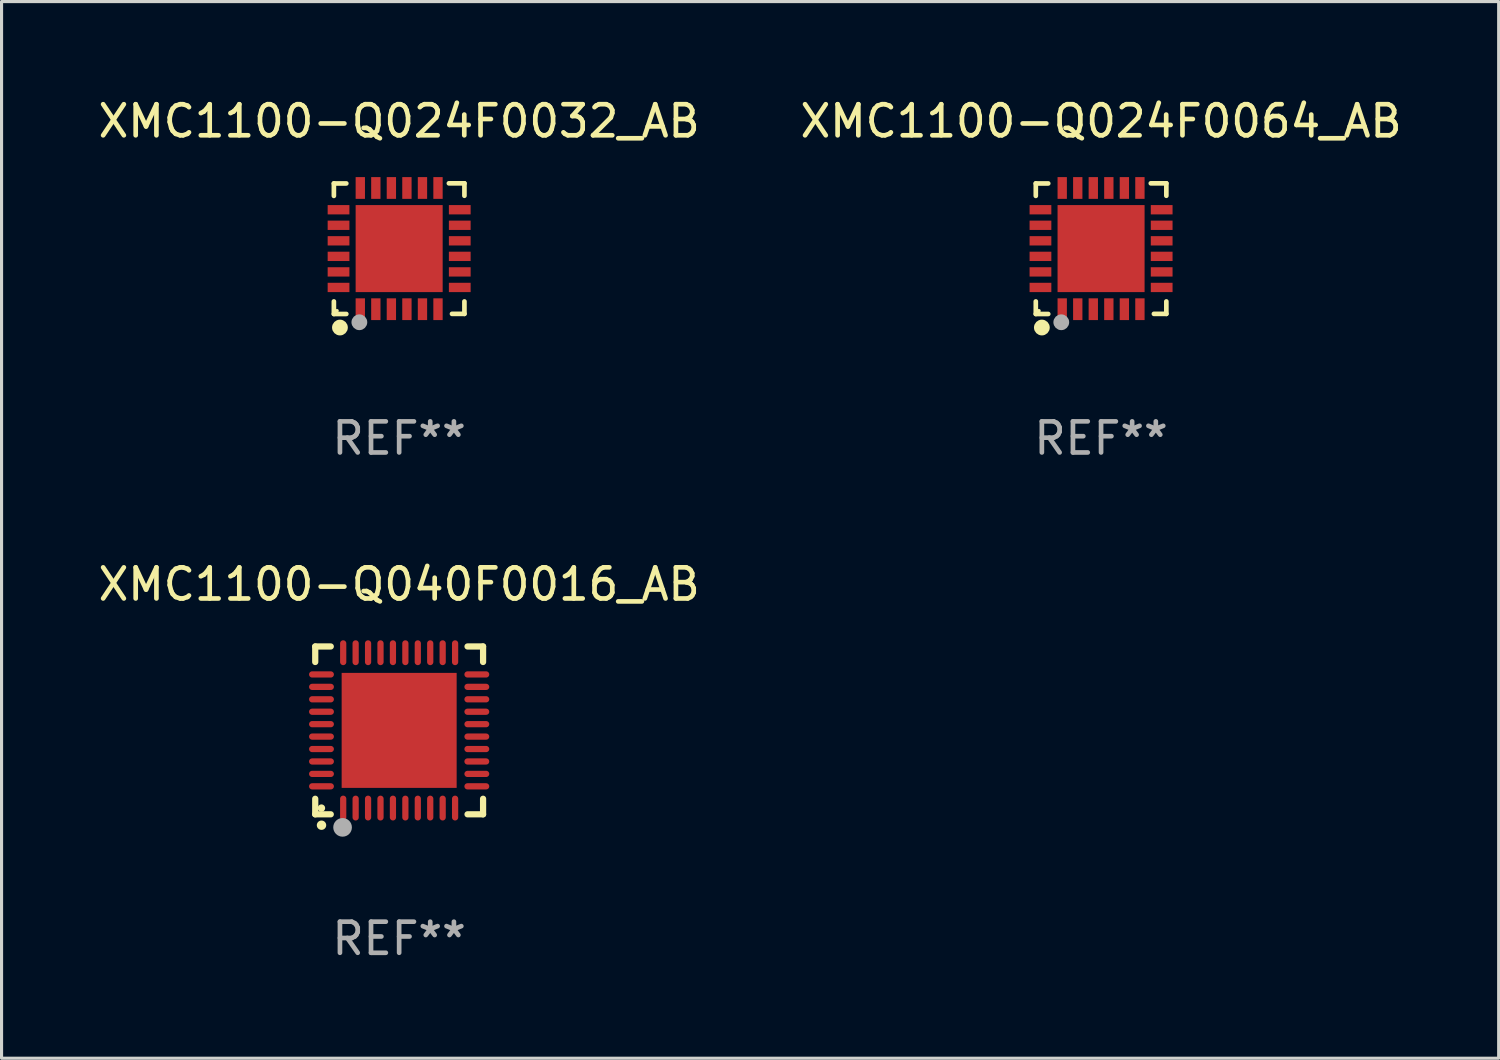
<source format=kicad_pcb>
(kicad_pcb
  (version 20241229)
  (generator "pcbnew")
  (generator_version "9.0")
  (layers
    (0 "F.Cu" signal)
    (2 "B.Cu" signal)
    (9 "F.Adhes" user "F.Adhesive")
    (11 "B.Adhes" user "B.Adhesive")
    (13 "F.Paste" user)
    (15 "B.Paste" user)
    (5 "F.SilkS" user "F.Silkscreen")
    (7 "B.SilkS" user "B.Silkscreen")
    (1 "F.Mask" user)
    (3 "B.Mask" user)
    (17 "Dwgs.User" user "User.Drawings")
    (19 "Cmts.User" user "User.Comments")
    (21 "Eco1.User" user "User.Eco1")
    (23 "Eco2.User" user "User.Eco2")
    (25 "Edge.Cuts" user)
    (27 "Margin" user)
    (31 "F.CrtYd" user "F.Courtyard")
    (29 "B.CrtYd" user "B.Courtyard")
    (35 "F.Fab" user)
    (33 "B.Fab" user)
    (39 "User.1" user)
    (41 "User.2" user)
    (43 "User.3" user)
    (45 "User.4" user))
  (footprint "XMC1100-Q024F0032_AB"
    (layer "F.Cu")
    (at 9.792 4.95)
    (property "Reference" "XMC1100-Q024F0032_AB" (at 0 -4.102 0) (layer "F.SilkS") (effects (font (size 1 1) (thickness 0.15))))
    (attr through_hole)
    (fp_line (start -2.1 -2.098) (end -1.7 -2.098) (stroke (width 0.15) (type solid)) (layer "F.SilkS"))
    (fp_line (start -2.1 -1.698) (end -2.1 -2.098) (stroke (width 0.15) (type solid)) (layer "F.SilkS"))
    (fp_line (start -2.1 2.102) (end -2.1 1.698) (stroke (width 0.15) (type solid)) (layer "F.SilkS"))
    (fp_line (start -1.7 2.102) (end -2.1 2.102) (stroke (width 0.15) (type solid)) (layer "F.SilkS"))
    (fp_line (start 1.6 -2.102) (end 2.1 -2.102) (stroke (width 0.15) (type solid)) (layer "F.SilkS"))
    (fp_line (start 1.7 2.098) (end 2.1 2.098) (stroke (width 0.15) (type solid)) (layer "F.SilkS"))
    (fp_line (start 2.1 -2.102) (end 2.1 -1.702) (stroke (width 0.15) (type solid)) (layer "F.SilkS"))
    (fp_line (start 2.1 2.098) (end 2.1 1.698) (stroke (width 0.15) (type solid)) (layer "F.SilkS"))
    (fp_circle (center -2 1.998) (end -1.97 1.998) (stroke (width 0.06) (type solid)) (fill no) (layer "F.SilkS"))
    (fp_circle (center -1.905 2.538) (end -1.778 2.538) (stroke (width 0.254) (type solid)) (fill no) (layer "F.SilkS"))
    (fp_circle (center -1.28 2.368) (end -1.153 2.368) (stroke (width 0.254) (type solid)) (fill no) (layer "F.Fab"))
    (fp_text user "REF**" (at 0 6.102 0) (layer "F.Fab") (effects (font (size 1 1) (thickness 0.15))))
    (pad "1" smd rect (at -1.25 1.948 180) (size 0.3 0.7) (layers "F.Cu" "F.Mask" "F.Paste"))
    (pad "2" smd rect (at -0.75 1.948 180) (size 0.3 0.7) (layers "F.Cu" "F.Mask" "F.Paste"))
    (pad "3" smd rect (at -0.25 1.948 180) (size 0.3 0.7) (layers "F.Cu" "F.Mask" "F.Paste"))
    (pad "4" smd rect (at 0.25 1.948 180) (size 0.3 0.7) (layers "F.Cu" "F.Mask" "F.Paste"))
    (pad "5" smd rect (at 0.75 1.948 180) (size 0.3 0.7) (layers "F.Cu" "F.Mask" "F.Paste"))
    (pad "6" smd rect (at 1.25 1.948 180) (size 0.3 0.7) (layers "F.Cu" "F.Mask" "F.Paste"))
    (pad "7" smd rect (at 1.95 1.248 270) (size 0.3 0.7) (layers "F.Cu" "F.Mask" "F.Paste"))
    (pad "8" smd rect (at 1.95 0.748 270) (size 0.3 0.7) (layers "F.Cu" "F.Mask" "F.Paste"))
    (pad "9" smd rect (at 1.95 0.248 270) (size 0.3 0.7) (layers "F.Cu" "F.Mask" "F.Paste"))
    (pad "10" smd rect (at 1.95 -0.252 270) (size 0.3 0.7) (layers "F.Cu" "F.Mask" "F.Paste"))
    (pad "11" smd rect (at 1.95 -0.752 270) (size 0.3 0.7) (layers "F.Cu" "F.Mask" "F.Paste"))
    (pad "12" smd rect (at 1.95 -1.252 270) (size 0.3 0.7) (layers "F.Cu" "F.Mask" "F.Paste"))
    (pad "13" smd rect (at 1.25 -1.952) (size 0.3 0.7) (layers "F.Cu" "F.Mask" "F.Paste"))
    (pad "14" smd rect (at 0.75 -1.952) (size 0.3 0.7) (layers "F.Cu" "F.Mask" "F.Paste"))
    (pad "15" smd rect (at 0.25 -1.952) (size 0.3 0.7) (layers "F.Cu" "F.Mask" "F.Paste"))
    (pad "16" smd rect (at -0.25 -1.952) (size 0.3 0.7) (layers "F.Cu" "F.Mask" "F.Paste"))
    (pad "17" smd rect (at -0.75 -1.952) (size 0.3 0.7) (layers "F.Cu" "F.Mask" "F.Paste"))
    (pad "18" smd rect (at -1.25 -1.952) (size 0.3 0.7) (layers "F.Cu" "F.Mask" "F.Paste"))
    (pad "19" smd rect (at -1.95 -1.252 90) (size 0.3 0.7) (layers "F.Cu" "F.Mask" "F.Paste"))
    (pad "20" smd rect (at -1.95 -0.752 90) (size 0.3 0.7) (layers "F.Cu" "F.Mask" "F.Paste"))
    (pad "21" smd rect (at -1.95 -0.252 90) (size 0.3 0.7) (layers "F.Cu" "F.Mask" "F.Paste"))
    (pad "22" smd rect (at -1.95 0.248 90) (size 0.3 0.7) (layers "F.Cu" "F.Mask" "F.Paste"))
    (pad "23" smd rect (at -1.95 0.748 90) (size 0.3 0.7) (layers "F.Cu" "F.Mask" "F.Paste"))
    (pad "24" smd rect (at -1.95 1.248 90) (size 0.3 0.7) (layers "F.Cu" "F.Mask" "F.Paste"))
    (pad "25" smd rect (at 0.000038 -0.002) (size 2.8 2.8) (layers "F.Cu" "F.Mask" "F.Paste")))
  (footprint "XMC1100-Q024F0064_AB"
    (layer "F.Cu")
    (at 32.375 4.95)
    (property "Reference" "XMC1100-Q024F0064_AB" (at 0 -4.102 0) (layer "F.SilkS") (effects (font (size 1 1) (thickness 0.15))))
    (attr through_hole)
    (fp_line (start -2.1 -2.098) (end -1.7 -2.098) (stroke (width 0.15) (type solid)) (layer "F.SilkS"))
    (fp_line (start -2.1 -1.698) (end -2.1 -2.098) (stroke (width 0.15) (type solid)) (layer "F.SilkS"))
    (fp_line (start -2.1 2.102) (end -2.1 1.698) (stroke (width 0.15) (type solid)) (layer "F.SilkS"))
    (fp_line (start -1.7 2.102) (end -2.1 2.102) (stroke (width 0.15) (type solid)) (layer "F.SilkS"))
    (fp_line (start 1.6 -2.102) (end 2.1 -2.102) (stroke (width 0.15) (type solid)) (layer "F.SilkS"))
    (fp_line (start 1.7 2.098) (end 2.1 2.098) (stroke (width 0.15) (type solid)) (layer "F.SilkS"))
    (fp_line (start 2.1 -2.102) (end 2.1 -1.702) (stroke (width 0.15) (type solid)) (layer "F.SilkS"))
    (fp_line (start 2.1 2.098) (end 2.1 1.698) (stroke (width 0.15) (type solid)) (layer "F.SilkS"))
    (fp_circle (center -2 1.998) (end -1.97 1.998) (stroke (width 0.06) (type solid)) (fill no) (layer "F.SilkS"))
    (fp_circle (center -1.905 2.538) (end -1.778 2.538) (stroke (width 0.254) (type solid)) (fill no) (layer "F.SilkS"))
    (fp_circle (center -1.28 2.368) (end -1.153 2.368) (stroke (width 0.254) (type solid)) (fill no) (layer "F.Fab"))
    (fp_text user "REF**" (at 0 6.102 0) (layer "F.Fab") (effects (font (size 1 1) (thickness 0.15))))
    (pad "1" smd rect (at -1.25 1.948 180) (size 0.3 0.7) (layers "F.Cu" "F.Mask" "F.Paste"))
    (pad "2" smd rect (at -0.75 1.948 180) (size 0.3 0.7) (layers "F.Cu" "F.Mask" "F.Paste"))
    (pad "3" smd rect (at -0.25 1.948 180) (size 0.3 0.7) (layers "F.Cu" "F.Mask" "F.Paste"))
    (pad "4" smd rect (at 0.25 1.948 180) (size 0.3 0.7) (layers "F.Cu" "F.Mask" "F.Paste"))
    (pad "5" smd rect (at 0.75 1.948 180) (size 0.3 0.7) (layers "F.Cu" "F.Mask" "F.Paste"))
    (pad "6" smd rect (at 1.25 1.948 180) (size 0.3 0.7) (layers "F.Cu" "F.Mask" "F.Paste"))
    (pad "7" smd rect (at 1.95 1.248 270) (size 0.3 0.7) (layers "F.Cu" "F.Mask" "F.Paste"))
    (pad "8" smd rect (at 1.95 0.748 270) (size 0.3 0.7) (layers "F.Cu" "F.Mask" "F.Paste"))
    (pad "9" smd rect (at 1.95 0.248 270) (size 0.3 0.7) (layers "F.Cu" "F.Mask" "F.Paste"))
    (pad "10" smd rect (at 1.95 -0.252 270) (size 0.3 0.7) (layers "F.Cu" "F.Mask" "F.Paste"))
    (pad "11" smd rect (at 1.95 -0.752 270) (size 0.3 0.7) (layers "F.Cu" "F.Mask" "F.Paste"))
    (pad "12" smd rect (at 1.95 -1.252 270) (size 0.3 0.7) (layers "F.Cu" "F.Mask" "F.Paste"))
    (pad "13" smd rect (at 1.25 -1.952) (size 0.3 0.7) (layers "F.Cu" "F.Mask" "F.Paste"))
    (pad "14" smd rect (at 0.75 -1.952) (size 0.3 0.7) (layers "F.Cu" "F.Mask" "F.Paste"))
    (pad "15" smd rect (at 0.25 -1.952) (size 0.3 0.7) (layers "F.Cu" "F.Mask" "F.Paste"))
    (pad "16" smd rect (at -0.25 -1.952) (size 0.3 0.7) (layers "F.Cu" "F.Mask" "F.Paste"))
    (pad "17" smd rect (at -0.75 -1.952) (size 0.3 0.7) (layers "F.Cu" "F.Mask" "F.Paste"))
    (pad "18" smd rect (at -1.25 -1.952) (size 0.3 0.7) (layers "F.Cu" "F.Mask" "F.Paste"))
    (pad "19" smd rect (at -1.95 -1.252 90) (size 0.3 0.7) (layers "F.Cu" "F.Mask" "F.Paste"))
    (pad "20" smd rect (at -1.95 -0.752 90) (size 0.3 0.7) (layers "F.Cu" "F.Mask" "F.Paste"))
    (pad "21" smd rect (at -1.95 -0.252 90) (size 0.3 0.7) (layers "F.Cu" "F.Mask" "F.Paste"))
    (pad "22" smd rect (at -1.95 0.248 90) (size 0.3 0.7) (layers "F.Cu" "F.Mask" "F.Paste"))
    (pad "23" smd rect (at -1.95 0.748 90) (size 0.3 0.7) (layers "F.Cu" "F.Mask" "F.Paste"))
    (pad "24" smd rect (at -1.95 1.248 90) (size 0.3 0.7) (layers "F.Cu" "F.Mask" "F.Paste"))
    (pad "25" smd rect (at 0.000038 -0.002) (size 2.8 2.8) (layers "F.Cu" "F.Mask" "F.Paste")))
  (footprint "XMC1100-Q040F0016_AB"
    (layer "F.Cu")
    (at 9.792 20.449)
    (property "Reference" "XMC1100-Q040F0016_AB" (at 0 -4.7 0) (layer "F.SilkS") (effects (font (size 1 1) (thickness 0.15))))
    (attr through_hole)
    (fp_line (start -2.7 -2.7) (end -2.7 -2.2) (stroke (width 0.2) (type solid)) (layer "F.SilkS"))
    (fp_line (start -2.7 2.7) (end -2.7 2.2) (stroke (width 0.2) (type solid)) (layer "F.SilkS"))
    (fp_line (start -2.2 -2.7) (end -2.7 -2.7) (stroke (width 0.2) (type solid)) (layer "F.SilkS"))
    (fp_line (start -2.2 2.7) (end -2.7 2.7) (stroke (width 0.2) (type solid)) (layer "F.SilkS"))
    (fp_line (start 2.7 -2.7) (end 2.2 -2.7) (stroke (width 0.2) (type solid)) (layer "F.SilkS"))
    (fp_line (start 2.7 -2.2) (end 2.7 -2.7) (stroke (width 0.2) (type solid)) (layer "F.SilkS"))
    (fp_line (start 2.7 2.2) (end 2.7 2.7) (stroke (width 0.2) (type solid)) (layer "F.SilkS"))
    (fp_line (start 2.7 2.7) (end 2.2 2.7) (stroke (width 0.2) (type solid)) (layer "F.SilkS"))
    (fp_arc (start -2.499365 3.050546) (mid -2.498095 3.050541) (end -2.496825 3.050546) (stroke (width 0.3) (type solid)) (layer "F.SilkS"))
    (fp_circle (center -2.5 2.5) (end -2.44 2.5) (stroke (width 0.12) (type solid)) (fill no) (layer "F.SilkS"))
    (fp_circle (center -1.82 3.12) (end -1.67 3.12) (stroke (width 0.3) (type solid)) (fill no) (layer "F.Fab"))
    (fp_text user "REF**" (at 0 6.7 0) (layer "F.Fab") (effects (font (size 1 1) (thickness 0.15))))
    (pad "1" smd oval (at -1.8 2.499) (size 0.2 0.8) (layers "F.Cu" "F.Mask" "F.Paste"))
    (pad "2" smd oval (at -1.4 2.499) (size 0.2 0.8) (layers "F.Cu" "F.Mask" "F.Paste"))
    (pad "3" smd oval (at -1 2.499) (size 0.2 0.8) (layers "F.Cu" "F.Mask" "F.Paste"))
    (pad "4" smd oval (at -0.6 2.499) (size 0.2 0.8) (layers "F.Cu" "F.Mask" "F.Paste"))
    (pad "5" smd oval (at -0.2 2.499) (size 0.2 0.8) (layers "F.Cu" "F.Mask" "F.Paste"))
    (pad "6" smd oval (at 0.2 2.499) (size 0.2 0.8) (layers "F.Cu" "F.Mask" "F.Paste"))
    (pad "7" smd oval (at 0.6 2.499) (size 0.2 0.8) (layers "F.Cu" "F.Mask" "F.Paste"))
    (pad "8" smd oval (at 1 2.499) (size 0.2 0.8) (layers "F.Cu" "F.Mask" "F.Paste"))
    (pad "9" smd oval (at 1.4 2.499) (size 0.2 0.8) (layers "F.Cu" "F.Mask" "F.Paste"))
    (pad "10" smd oval (at 1.8 2.499) (size 0.2 0.8) (layers "F.Cu" "F.Mask" "F.Paste"))
    (pad "11" smd oval (at 2.499 1.8) (size 0.8 0.2) (layers "F.Cu" "F.Mask" "F.Paste"))
    (pad "12" smd oval (at 2.499 1.4) (size 0.8 0.2) (layers "F.Cu" "F.Mask" "F.Paste"))
    (pad "13" smd oval (at 2.499 1) (size 0.8 0.2) (layers "F.Cu" "F.Mask" "F.Paste"))
    (pad "14" smd oval (at 2.499 0.6) (size 0.8 0.2) (layers "F.Cu" "F.Mask" "F.Paste"))
    (pad "15" smd oval (at 2.499 0.2) (size 0.8 0.2) (layers "F.Cu" "F.Mask" "F.Paste"))
    (pad "16" smd oval (at 2.499 -0.2) (size 0.8 0.2) (layers "F.Cu" "F.Mask" "F.Paste"))
    (pad "17" smd oval (at 2.499 -0.6) (size 0.8 0.2) (layers "F.Cu" "F.Mask" "F.Paste"))
    (pad "18" smd oval (at 2.499 -1) (size 0.8 0.2) (layers "F.Cu" "F.Mask" "F.Paste"))
    (pad "19" smd oval (at 2.499 -1.4) (size 0.8 0.2) (layers "F.Cu" "F.Mask" "F.Paste"))
    (pad "20" smd oval (at 2.499 -1.8) (size 0.8 0.2) (layers "F.Cu" "F.Mask" "F.Paste"))
    (pad "21" smd oval (at 1.8 -2.499) (size 0.2 0.8) (layers "F.Cu" "F.Mask" "F.Paste"))
    (pad "22" smd oval (at 1.4 -2.499) (size 0.2 0.8) (layers "F.Cu" "F.Mask" "F.Paste"))
    (pad "23" smd oval (at 1 -2.499) (size 0.2 0.8) (layers "F.Cu" "F.Mask" "F.Paste"))
    (pad "24" smd oval (at 0.6 -2.499) (size 0.2 0.8) (layers "F.Cu" "F.Mask" "F.Paste"))
    (pad "25" smd oval (at 0.2 -2.499) (size 0.2 0.8) (layers "F.Cu" "F.Mask" "F.Paste"))
    (pad "26" smd oval (at -0.2 -2.499) (size 0.2 0.8) (layers "F.Cu" "F.Mask" "F.Paste"))
    (pad "27" smd oval (at -0.6 -2.499) (size 0.2 0.8) (layers "F.Cu" "F.Mask" "F.Paste"))
    (pad "28" smd oval (at -1 -2.499) (size 0.2 0.8) (layers "F.Cu" "F.Mask" "F.Paste"))
    (pad "29" smd oval (at -1.4 -2.499) (size 0.2 0.8) (layers "F.Cu" "F.Mask" "F.Paste"))
    (pad "30" smd oval (at -1.8 -2.499) (size 0.2 0.8) (layers "F.Cu" "F.Mask" "F.Paste"))
    (pad "31" smd oval (at -2.499 -1.8) (size 0.8 0.2) (layers "F.Cu" "F.Mask" "F.Paste"))
    (pad "32" smd oval (at -2.499 -1.4) (size 0.8 0.2) (layers "F.Cu" "F.Mask" "F.Paste"))
    (pad "33" smd oval (at -2.499 -1) (size 0.8 0.2) (layers "F.Cu" "F.Mask" "F.Paste"))
    (pad "34" smd oval (at -2.499 -0.6) (size 0.8 0.2) (layers "F.Cu" "F.Mask" "F.Paste"))
    (pad "35" smd oval (at -2.499 -0.2) (size 0.8 0.2) (layers "F.Cu" "F.Mask" "F.Paste"))
    (pad "36" smd oval (at -2.499 0.2) (size 0.8 0.2) (layers "F.Cu" "F.Mask" "F.Paste"))
    (pad "37" smd oval (at -2.499 0.6) (size 0.8 0.2) (layers "F.Cu" "F.Mask" "F.Paste"))
    (pad "38" smd oval (at -2.499 1) (size 0.8 0.2) (layers "F.Cu" "F.Mask" "F.Paste"))
    (pad "39" smd oval (at -2.499 1.4) (size 0.8 0.2) (layers "F.Cu" "F.Mask" "F.Paste"))
    (pad "40" smd oval (at -2.499 1.8) (size 0.8 0.2) (layers "F.Cu" "F.Mask" "F.Paste"))
    (pad "41" smd rect (at 0 0) (size 3.7 3.7) (layers "F.Cu" "F.Mask" "F.Paste")))
  (gr_rect
    (start -3 -3)
    (end 45.167 30.997)
    (stroke (width 0.1) (type default))
    (fill no)
    (layer "Edge.Cuts")))
</source>
